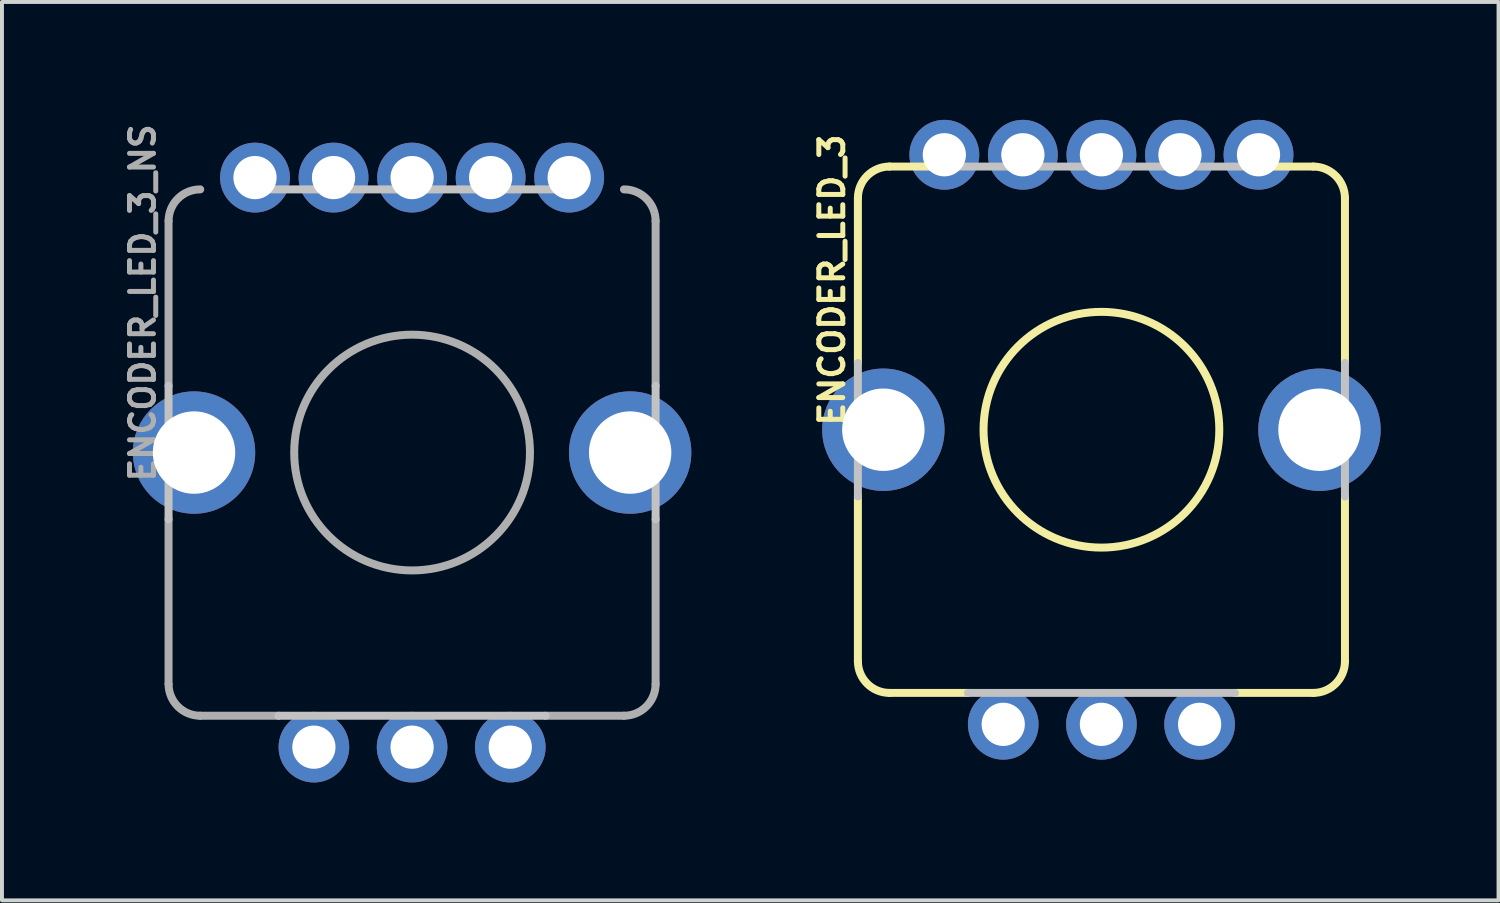
<source format=kicad_pcb>
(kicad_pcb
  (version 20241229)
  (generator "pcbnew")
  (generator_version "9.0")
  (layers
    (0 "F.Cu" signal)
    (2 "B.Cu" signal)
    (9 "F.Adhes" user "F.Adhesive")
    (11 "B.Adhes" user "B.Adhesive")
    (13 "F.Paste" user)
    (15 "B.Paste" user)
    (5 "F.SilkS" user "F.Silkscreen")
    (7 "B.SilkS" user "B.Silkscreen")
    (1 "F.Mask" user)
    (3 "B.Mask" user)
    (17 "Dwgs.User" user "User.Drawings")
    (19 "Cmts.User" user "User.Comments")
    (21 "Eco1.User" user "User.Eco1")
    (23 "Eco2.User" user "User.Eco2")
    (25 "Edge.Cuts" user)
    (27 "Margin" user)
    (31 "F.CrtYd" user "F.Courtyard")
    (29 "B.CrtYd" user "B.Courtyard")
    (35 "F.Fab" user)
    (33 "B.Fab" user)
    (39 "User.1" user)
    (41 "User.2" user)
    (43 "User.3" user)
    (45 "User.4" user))
  (footprint "ENCODER_LED_3_NS"
    (layer "F.Cu")
    (at 7.438 8.468)
    (property "Reference" "ENCODER_LED_3_NS" (at -6.858 -3.81 90) (layer "F.Fab") (effects (font (size 0.61 0.61) (thickness 0.127))))
    (attr exclude_from_pos_files exclude_from_bom)
    (fp_line (start -6.198 1.699) (end -6.198 -1.699) (stroke (width 0.203) (type solid)) (layer "Dwgs.User"))
    (fp_line (start -3.899 -6.698) (end 3.899 -6.698) (stroke (width 0.203) (type solid)) (layer "Dwgs.User"))
    (fp_line (start 3.399 6.698) (end -3.399 6.698) (stroke (width 0.203) (type solid)) (layer "Dwgs.User"))
    (fp_line (start 6.198 -1.699) (end 6.198 1.699) (stroke (width 0.203) (type solid)) (layer "Dwgs.User"))
    (fp_line (start -6.198 -1.699) (end -6.198 -5.893) (stroke (width 0.203) (type solid)) (layer "F.Fab"))
    (fp_line (start -6.198 1.699) (end -6.198 5.893) (stroke (width 0.203) (type solid)) (layer "F.Fab"))
    (fp_line (start -5.392 6.698) (end -3.399 6.698) (stroke (width 0.203) (type solid)) (layer "F.Fab"))
    (fp_line (start 5.392 6.698) (end 3.399 6.698) (stroke (width 0.203) (type solid)) (layer "F.Fab"))
    (fp_line (start 6.198 -1.699) (end 6.198 -5.893) (stroke (width 0.203) (type solid)) (layer "F.Fab"))
    (fp_line (start 6.198 1.699) (end 6.198 5.893) (stroke (width 0.203) (type solid)) (layer "F.Fab"))
    (fp_arc (start -6.1976 -5.8928) (mid -5.961768 -6.462148) (end -5.39242 -6.69798) (stroke (width 0.2032) (type solid)) (layer "F.Fab"))
    (fp_arc (start -5.39242 6.69798) (mid -5.961768 6.462148) (end -6.1976 5.8928) (stroke (width 0.2032) (type solid)) (layer "F.Fab"))
    (fp_arc (start 5.39242 -6.69798) (mid 5.961768 -6.462148) (end 6.1976 -5.8928) (stroke (width 0.2032) (type solid)) (layer "F.Fab"))
    (fp_arc (start 6.1976 5.8928) (mid 5.961768 6.462148) (end 5.39242 6.69798) (stroke (width 0.2032) (type solid)) (layer "F.Fab"))
    (fp_circle (center 0 0) (end 3 0) (stroke (width 0.203) (type solid)) (fill no) (layer "F.Fab"))
    (pad "1" thru_hole circle (at -3.998 -6.998) (size 1.778 1.778) (drill 1.1) (layers "*.Cu" "*.Mask"))
    (pad "2" thru_hole circle (at -1.999 -6.998) (size 1.778 1.778) (drill 1.1) (layers "*.Cu" "*.Mask"))
    (pad "3" thru_hole circle (at 0 -6.998) (size 1.778 1.778) (drill 1.1) (layers "*.Cu" "*.Mask"))
    (pad "4" thru_hole circle (at 1.999 -6.998) (size 1.778 1.778) (drill 1.1) (layers "*.Cu" "*.Mask"))
    (pad "5" thru_hole circle (at 3.998 -6.998) (size 1.778 1.778) (drill 1.1) (layers "*.Cu" "*.Mask"))
    (pad "A" thru_hole circle (at -2.499 7.498) (size 1.798 1.798) (drill 1.1) (layers "*.Cu" "*.Mask"))
    (pad "B" thru_hole circle (at 2.499 7.498) (size 1.798 1.798) (drill 1.1) (layers "*.Cu" "*.Mask"))
    (pad "C" thru_hole circle (at 0 7.498) (size 1.798 1.798) (drill 1.1) (layers "*.Cu" "*.Mask"))
    (pad "M1" thru_hole circle (at -5.55 0) (size 3.114 3.114) (drill 2.098) (layers "*.Cu" "*.Mask"))
    (pad "M2" thru_hole circle (at 5.55 0) (size 3.114 3.114) (drill 2.098) (layers "*.Cu" "*.Mask")))
  (footprint "ENCODER_LED_3"
    (layer "F.Cu")
    (at 24.982 7.887)
    (property "Reference" "ENCODER_LED_3" (at -6.858 -3.81 90) (layer "F.SilkS") (effects (font (size 0.61 0.61) (thickness 0.127))))
    (attr exclude_from_pos_files exclude_from_bom)
    (fp_line (start -6.198 -1.699) (end -6.198 -5.893) (stroke (width 0.203) (type solid)) (layer "F.SilkS"))
    (fp_line (start -6.198 1.699) (end -6.198 5.893) (stroke (width 0.203) (type solid)) (layer "F.SilkS"))
    (fp_line (start -5.392 -6.698) (end -3.899 -6.698) (stroke (width 0.203) (type solid)) (layer "F.SilkS"))
    (fp_line (start -5.392 6.698) (end -3.399 6.698) (stroke (width 0.203) (type solid)) (layer "F.SilkS"))
    (fp_line (start 5.392 -6.698) (end 3.899 -6.698) (stroke (width 0.203) (type solid)) (layer "F.SilkS"))
    (fp_line (start 5.392 6.698) (end 3.399 6.698) (stroke (width 0.203) (type solid)) (layer "F.SilkS"))
    (fp_line (start 6.198 -1.699) (end 6.198 -5.893) (stroke (width 0.203) (type solid)) (layer "F.SilkS"))
    (fp_line (start 6.198 1.699) (end 6.198 5.893) (stroke (width 0.203) (type solid)) (layer "F.SilkS"))
    (fp_arc (start -6.1976 -5.8928) (mid -5.961768 -6.462148) (end -5.39242 -6.69798) (stroke (width 0.2032) (type solid)) (layer "F.SilkS"))
    (fp_arc (start -5.39242 6.69798) (mid -5.961768 6.462148) (end -6.1976 5.8928) (stroke (width 0.2032) (type solid)) (layer "F.SilkS"))
    (fp_arc (start 5.39242 -6.69798) (mid 5.961768 -6.462148) (end 6.1976 -5.8928) (stroke (width 0.2032) (type solid)) (layer "F.SilkS"))
    (fp_arc (start 6.1976 5.8928) (mid 5.961768 6.462148) (end 5.39242 6.69798) (stroke (width 0.2032) (type solid)) (layer "F.SilkS"))
    (fp_circle (center 0 0) (end 0 -3) (stroke (width 0.203) (type solid)) (fill no) (layer "F.SilkS"))
    (fp_line (start -6.198 1.699) (end -6.198 -1.699) (stroke (width 0.203) (type solid)) (layer "Dwgs.User"))
    (fp_line (start -3.899 -6.698) (end 3.899 -6.698) (stroke (width 0.203) (type solid)) (layer "Dwgs.User"))
    (fp_line (start 3.399 6.698) (end -3.399 6.698) (stroke (width 0.203) (type solid)) (layer "Dwgs.User"))
    (fp_line (start 6.198 -1.699) (end 6.198 1.699) (stroke (width 0.203) (type solid)) (layer "Dwgs.User"))
    (pad "1" thru_hole circle (at -3.998 -6.998) (size 1.778 1.778) (drill 1.1) (layers "*.Cu" "*.Mask"))
    (pad "2" thru_hole circle (at -1.999 -6.998) (size 1.778 1.778) (drill 1.1) (layers "*.Cu" "*.Mask"))
    (pad "3" thru_hole circle (at 0 -6.998) (size 1.778 1.778) (drill 1.1) (layers "*.Cu" "*.Mask"))
    (pad "4" thru_hole circle (at 1.999 -6.998) (size 1.778 1.778) (drill 1.1) (layers "*.Cu" "*.Mask"))
    (pad "5" thru_hole circle (at 3.998 -6.998) (size 1.778 1.778) (drill 1.1) (layers "*.Cu" "*.Mask"))
    (pad "A" thru_hole circle (at -2.499 7.498) (size 1.798 1.798) (drill 1.1) (layers "*.Cu" "*.Mask"))
    (pad "B" thru_hole circle (at 2.499 7.498) (size 1.798 1.798) (drill 1.1) (layers "*.Cu" "*.Mask"))
    (pad "C" thru_hole circle (at 0 7.498) (size 1.798 1.798) (drill 1.1) (layers "*.Cu" "*.Mask"))
    (pad "M1" thru_hole circle (at -5.55 0) (size 3.114 3.114) (drill 2.098) (layers "*.Cu" "*.Mask"))
    (pad "M2" thru_hole circle (at 5.55 0) (size 3.114 3.114) (drill 2.098) (layers "*.Cu" "*.Mask")))
  (gr_rect
    (start -3 -3)
    (end 35.089 19.865)
    (stroke (width 0.1) (type default))
    (fill no)
    (layer "Edge.Cuts")))
</source>
